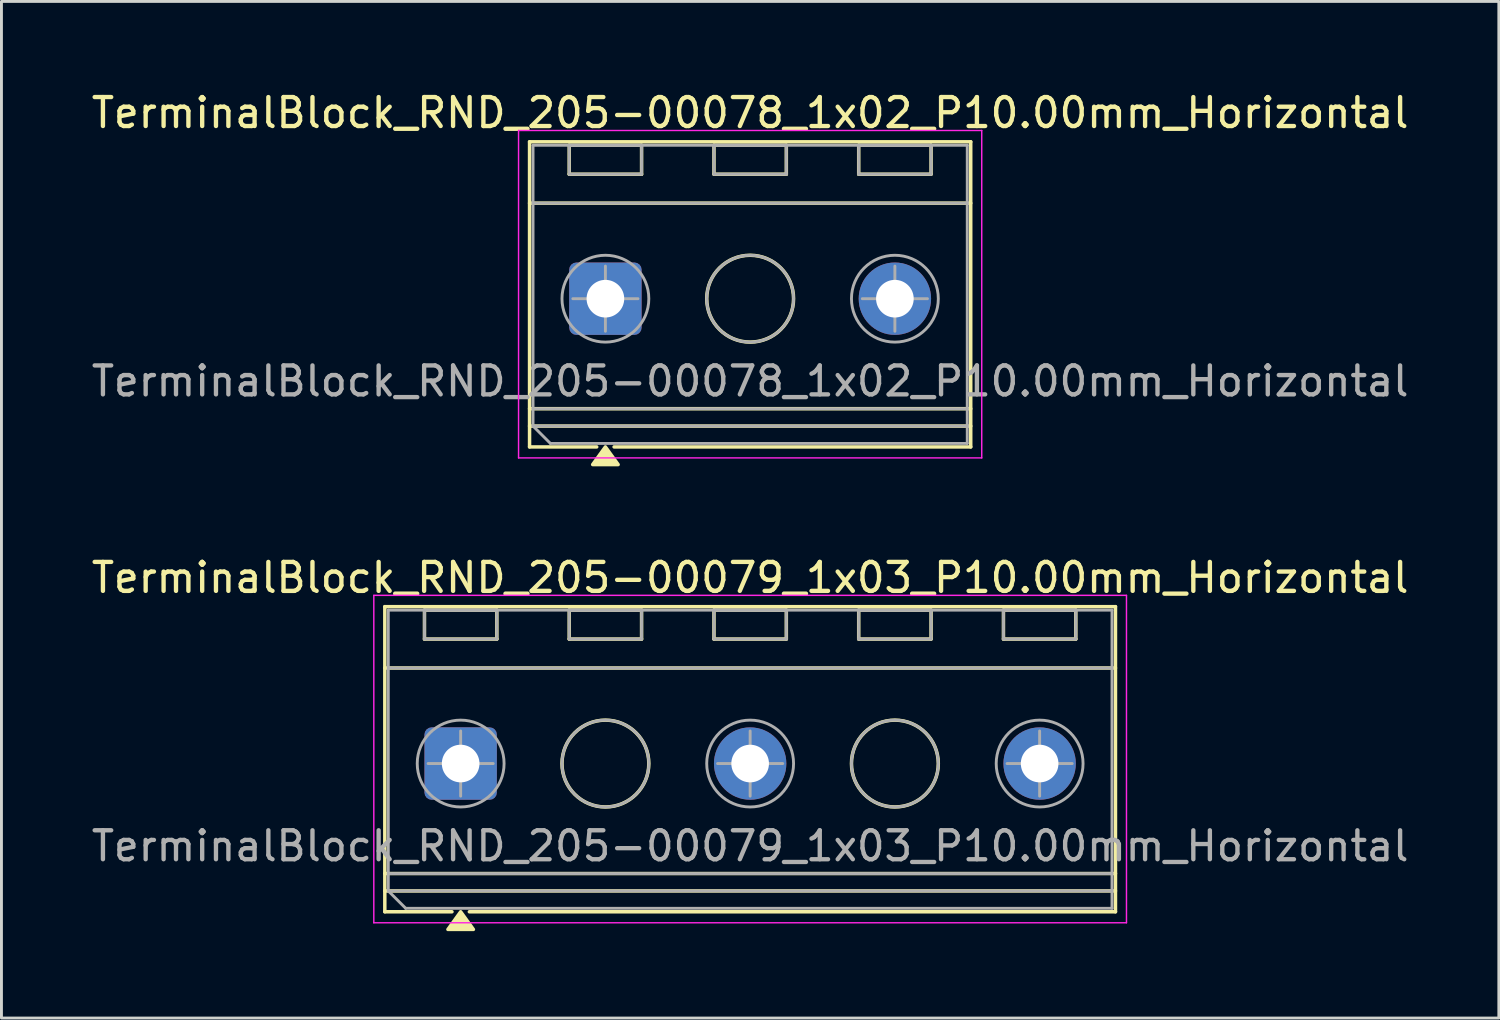
<source format=kicad_pcb>
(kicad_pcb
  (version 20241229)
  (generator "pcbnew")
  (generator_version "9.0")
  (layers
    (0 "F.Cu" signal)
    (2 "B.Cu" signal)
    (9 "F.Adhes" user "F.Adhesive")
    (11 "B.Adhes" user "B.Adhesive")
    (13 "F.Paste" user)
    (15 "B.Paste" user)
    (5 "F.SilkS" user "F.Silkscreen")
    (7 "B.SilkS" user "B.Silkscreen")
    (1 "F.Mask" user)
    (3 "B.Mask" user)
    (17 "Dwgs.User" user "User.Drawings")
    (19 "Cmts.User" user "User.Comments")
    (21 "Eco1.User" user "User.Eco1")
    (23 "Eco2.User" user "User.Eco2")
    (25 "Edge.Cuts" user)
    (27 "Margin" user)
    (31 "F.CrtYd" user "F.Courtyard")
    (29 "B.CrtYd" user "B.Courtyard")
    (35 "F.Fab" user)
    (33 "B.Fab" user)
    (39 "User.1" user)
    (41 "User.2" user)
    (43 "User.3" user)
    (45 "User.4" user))
  (footprint "TerminalBlock_RND_205-00079_1x03_P10.00mm_Horizontal"
    (layer "F.Cu")
    (at 12.863 23.326)
    (property "Reference" "TerminalBlock_RND_205-00079_1x03_P10.00mm_Horizontal" (at 10 -6.42 0) (layer "F.SilkS") (effects (font (size 1 1) (thickness 0.15))))
    (attr through_hole)
    (fp_line (start -2.62 -5.42) (end 22.62 -5.42) (stroke (width 0.12) (type solid)) (layer "F.SilkS"))
    (fp_line (start -2.62 -3.3) (end 22.62 -3.3) (stroke (width 0.12) (type solid)) (layer "F.SilkS"))
    (fp_line (start -2.62 3.8) (end 22.62 3.8) (stroke (width 0.12) (type solid)) (layer "F.SilkS"))
    (fp_line (start -2.62 4.4) (end 22.62 4.4) (stroke (width 0.12) (type solid)) (layer "F.SilkS"))
    (fp_line (start -2.62 5.12) (end -2.62 -5.42) (stroke (width 0.12) (type solid)) (layer "F.SilkS"))
    (fp_line (start -1.25 -5.3) (end 1.25 -5.3) (stroke (width 0.12) (type solid)) (layer "F.SilkS"))
    (fp_line (start -1.25 -4.3) (end -1.25 -5.3) (stroke (width 0.12) (type solid)) (layer "F.SilkS"))
    (fp_line (start -0.3 5.12) (end -2.62 5.12) (stroke (width 0.12) (type solid)) (layer "F.SilkS"))
    (fp_line (start 1.25 -5.3) (end 1.25 -4.3) (stroke (width 0.12) (type solid)) (layer "F.SilkS"))
    (fp_line (start 1.25 -4.3) (end -1.25 -4.3) (stroke (width 0.12) (type solid)) (layer "F.SilkS"))
    (fp_line (start 3.75 -5.3) (end 6.25 -5.3) (stroke (width 0.12) (type solid)) (layer "F.SilkS"))
    (fp_line (start 3.75 -4.3) (end 3.75 -5.3) (stroke (width 0.12) (type solid)) (layer "F.SilkS"))
    (fp_line (start 6.25 -5.3) (end 6.25 -4.3) (stroke (width 0.12) (type solid)) (layer "F.SilkS"))
    (fp_line (start 6.25 -4.3) (end 3.75 -4.3) (stroke (width 0.12) (type solid)) (layer "F.SilkS"))
    (fp_line (start 8.75 -5.3) (end 11.25 -5.3) (stroke (width 0.12) (type solid)) (layer "F.SilkS"))
    (fp_line (start 8.75 -4.3) (end 8.75 -5.3) (stroke (width 0.12) (type solid)) (layer "F.SilkS"))
    (fp_line (start 11.25 -5.3) (end 11.25 -4.3) (stroke (width 0.12) (type solid)) (layer "F.SilkS"))
    (fp_line (start 11.25 -4.3) (end 8.75 -4.3) (stroke (width 0.12) (type solid)) (layer "F.SilkS"))
    (fp_line (start 13.75 -5.3) (end 16.25 -5.3) (stroke (width 0.12) (type solid)) (layer "F.SilkS"))
    (fp_line (start 13.75 -4.3) (end 13.75 -5.3) (stroke (width 0.12) (type solid)) (layer "F.SilkS"))
    (fp_line (start 16.25 -5.3) (end 16.25 -4.3) (stroke (width 0.12) (type solid)) (layer "F.SilkS"))
    (fp_line (start 16.25 -4.3) (end 13.75 -4.3) (stroke (width 0.12) (type solid)) (layer "F.SilkS"))
    (fp_line (start 18.75 -5.3) (end 21.25 -5.3) (stroke (width 0.12) (type solid)) (layer "F.SilkS"))
    (fp_line (start 18.75 -4.3) (end 18.75 -5.3) (stroke (width 0.12) (type solid)) (layer "F.SilkS"))
    (fp_line (start 21.25 -5.3) (end 21.25 -4.3) (stroke (width 0.12) (type solid)) (layer "F.SilkS"))
    (fp_line (start 21.25 -4.3) (end 18.75 -4.3) (stroke (width 0.12) (type solid)) (layer "F.SilkS"))
    (fp_line (start 22.62 -5.42) (end 22.62 5.12) (stroke (width 0.12) (type solid)) (layer "F.SilkS"))
    (fp_line (start 22.62 5.12) (end 0.3 5.12) (stroke (width 0.12) (type solid)) (layer "F.SilkS"))
    (fp_circle (center 5 0) (end 6.5 0) (stroke (width 0.12) (type solid)) (fill no) (layer "F.SilkS"))
    (fp_circle (center 15 0) (end 16.5 0) (stroke (width 0.12) (type solid)) (fill no) (layer "F.SilkS"))
    (fp_poly (pts (xy 0 5.12) (xy 0.44 5.73) (xy -0.44 5.73)) (stroke (width 0.12) (type solid)) (fill yes) (layer "F.SilkS"))
    (fp_line (start -3 -5.81) (end -3 5.5) (stroke (width 0.05) (type solid)) (layer "F.CrtYd"))
    (fp_line (start -3 5.5) (end 23 5.5) (stroke (width 0.05) (type solid)) (layer "F.CrtYd"))
    (fp_line (start 23 -5.81) (end -3 -5.81) (stroke (width 0.05) (type solid)) (layer "F.CrtYd"))
    (fp_line (start 23 5.5) (end 23 -5.81) (stroke (width 0.05) (type solid)) (layer "F.CrtYd"))
    (fp_line (start -2.5 -5.3) (end 22.5 -5.3) (stroke (width 0.1) (type solid)) (layer "F.Fab"))
    (fp_line (start -2.5 -3.3) (end 22.5 -3.3) (stroke (width 0.1) (type solid)) (layer "F.Fab"))
    (fp_line (start -2.5 3.8) (end 22.5 3.8) (stroke (width 0.1) (type solid)) (layer "F.Fab"))
    (fp_line (start -2.5 4.4) (end -2.5 -5.3) (stroke (width 0.1) (type solid)) (layer "F.Fab"))
    (fp_line (start -2.5 4.4) (end 22.5 4.4) (stroke (width 0.1) (type solid)) (layer "F.Fab"))
    (fp_line (start -1.9 5) (end -2.5 4.4) (stroke (width 0.1) (type solid)) (layer "F.Fab"))
    (fp_line (start -1.25 -5.3) (end -1.25 -4.3) (stroke (width 0.1) (type solid)) (layer "F.Fab"))
    (fp_line (start -1.25 -4.3) (end 1.25 -4.3) (stroke (width 0.1) (type solid)) (layer "F.Fab"))
    (fp_line (start -1.125 0) (end 1.125 0) (stroke (width 0.1) (type solid)) (layer "F.Fab"))
    (fp_line (start 0 -1.125) (end 0 1.125) (stroke (width 0.1) (type solid)) (layer "F.Fab"))
    (fp_line (start 1.25 -5.3) (end -1.25 -5.3) (stroke (width 0.1) (type solid)) (layer "F.Fab"))
    (fp_line (start 1.25 -4.3) (end 1.25 -5.3) (stroke (width 0.1) (type solid)) (layer "F.Fab"))
    (fp_line (start 3.75 -5.3) (end 3.75 -4.3) (stroke (width 0.1) (type solid)) (layer "F.Fab"))
    (fp_line (start 3.75 -4.3) (end 6.25 -4.3) (stroke (width 0.1) (type solid)) (layer "F.Fab"))
    (fp_line (start 6.25 -5.3) (end 3.75 -5.3) (stroke (width 0.1) (type solid)) (layer "F.Fab"))
    (fp_line (start 6.25 -4.3) (end 6.25 -5.3) (stroke (width 0.1) (type solid)) (layer "F.Fab"))
    (fp_line (start 8.75 -5.3) (end 8.75 -4.3) (stroke (width 0.1) (type solid)) (layer "F.Fab"))
    (fp_line (start 8.75 -4.3) (end 11.25 -4.3) (stroke (width 0.1) (type solid)) (layer "F.Fab"))
    (fp_line (start 8.875 0) (end 11.125 0) (stroke (width 0.1) (type solid)) (layer "F.Fab"))
    (fp_line (start 10 -1.125) (end 10 1.125) (stroke (width 0.1) (type solid)) (layer "F.Fab"))
    (fp_line (start 11.25 -5.3) (end 8.75 -5.3) (stroke (width 0.1) (type solid)) (layer "F.Fab"))
    (fp_line (start 11.25 -4.3) (end 11.25 -5.3) (stroke (width 0.1) (type solid)) (layer "F.Fab"))
    (fp_line (start 13.75 -5.3) (end 13.75 -4.3) (stroke (width 0.1) (type solid)) (layer "F.Fab"))
    (fp_line (start 13.75 -4.3) (end 16.25 -4.3) (stroke (width 0.1) (type solid)) (layer "F.Fab"))
    (fp_line (start 16.25 -5.3) (end 13.75 -5.3) (stroke (width 0.1) (type solid)) (layer "F.Fab"))
    (fp_line (start 16.25 -4.3) (end 16.25 -5.3) (stroke (width 0.1) (type solid)) (layer "F.Fab"))
    (fp_line (start 18.75 -5.3) (end 18.75 -4.3) (stroke (width 0.1) (type solid)) (layer "F.Fab"))
    (fp_line (start 18.75 -4.3) (end 21.25 -4.3) (stroke (width 0.1) (type solid)) (layer "F.Fab"))
    (fp_line (start 18.875 0) (end 21.125 0) (stroke (width 0.1) (type solid)) (layer "F.Fab"))
    (fp_line (start 20 -1.125) (end 20 1.125) (stroke (width 0.1) (type solid)) (layer "F.Fab"))
    (fp_line (start 21.25 -5.3) (end 18.75 -5.3) (stroke (width 0.1) (type solid)) (layer "F.Fab"))
    (fp_line (start 21.25 -4.3) (end 21.25 -5.3) (stroke (width 0.1) (type solid)) (layer "F.Fab"))
    (fp_line (start 22.5 -5.3) (end 22.5 5) (stroke (width 0.1) (type solid)) (layer "F.Fab"))
    (fp_line (start 22.5 5) (end -1.9 5) (stroke (width 0.1) (type solid)) (layer "F.Fab"))
    (fp_circle (center 0 0) (end 1.5 0) (stroke (width 0.1) (type solid)) (fill no) (layer "F.Fab"))
    (fp_circle (center 5 0) (end 6.5 0) (stroke (width 0.1) (type solid)) (fill no) (layer "F.Fab"))
    (fp_circle (center 10 0) (end 11.5 0) (stroke (width 0.1) (type solid)) (fill no) (layer "F.Fab"))
    (fp_circle (center 15 0) (end 16.5 0) (stroke (width 0.1) (type solid)) (fill no) (layer "F.Fab"))
    (fp_circle (center 20 0) (end 21.5 0) (stroke (width 0.1) (type solid)) (fill no) (layer "F.Fab"))
    (fp_text user "${REFERENCE}" (at 10 2.85 0) (layer "F.Fab") (effects (font (size 1 1) (thickness 0.15))))
    (pad "1" thru_hole roundrect (at 0 0) (size 2.5 2.5) (drill 1.3) (layers "*.Cu" "*.Mask") (roundrect_rratio 0.1))
    (pad "2" thru_hole circle (at 10 0) (size 2.5 2.5) (drill 1.3) (layers "*.Cu" "*.Mask"))
    (pad "3" thru_hole circle (at 20 0) (size 2.5 2.5) (drill 1.3) (layers "*.Cu" "*.Mask")))
  (footprint "TerminalBlock_RND_205-00078_1x02_P10.00mm_Horizontal"
    (layer "F.Cu")
    (at 17.863 7.268)
    (property "Reference" "TerminalBlock_RND_205-00078_1x02_P10.00mm_Horizontal" (at 5 -6.42 0) (layer "F.SilkS") (effects (font (size 1 1) (thickness 0.15))))
    (attr through_hole)
    (fp_line (start -2.62 -5.42) (end 12.62 -5.42) (stroke (width 0.12) (type solid)) (layer "F.SilkS"))
    (fp_line (start -2.62 -3.3) (end 12.62 -3.3) (stroke (width 0.12) (type solid)) (layer "F.SilkS"))
    (fp_line (start -2.62 3.8) (end 12.62 3.8) (stroke (width 0.12) (type solid)) (layer "F.SilkS"))
    (fp_line (start -2.62 4.4) (end 12.62 4.4) (stroke (width 0.12) (type solid)) (layer "F.SilkS"))
    (fp_line (start -2.62 5.12) (end -2.62 -5.42) (stroke (width 0.12) (type solid)) (layer "F.SilkS"))
    (fp_line (start -1.25 -5.3) (end 1.25 -5.3) (stroke (width 0.12) (type solid)) (layer "F.SilkS"))
    (fp_line (start -1.25 -4.3) (end -1.25 -5.3) (stroke (width 0.12) (type solid)) (layer "F.SilkS"))
    (fp_line (start -0.3 5.12) (end -2.62 5.12) (stroke (width 0.12) (type solid)) (layer "F.SilkS"))
    (fp_line (start 1.25 -5.3) (end 1.25 -4.3) (stroke (width 0.12) (type solid)) (layer "F.SilkS"))
    (fp_line (start 1.25 -4.3) (end -1.25 -4.3) (stroke (width 0.12) (type solid)) (layer "F.SilkS"))
    (fp_line (start 3.75 -5.3) (end 6.25 -5.3) (stroke (width 0.12) (type solid)) (layer "F.SilkS"))
    (fp_line (start 3.75 -4.3) (end 3.75 -5.3) (stroke (width 0.12) (type solid)) (layer "F.SilkS"))
    (fp_line (start 6.25 -5.3) (end 6.25 -4.3) (stroke (width 0.12) (type solid)) (layer "F.SilkS"))
    (fp_line (start 6.25 -4.3) (end 3.75 -4.3) (stroke (width 0.12) (type solid)) (layer "F.SilkS"))
    (fp_line (start 8.75 -5.3) (end 11.25 -5.3) (stroke (width 0.12) (type solid)) (layer "F.SilkS"))
    (fp_line (start 8.75 -4.3) (end 8.75 -5.3) (stroke (width 0.12) (type solid)) (layer "F.SilkS"))
    (fp_line (start 11.25 -5.3) (end 11.25 -4.3) (stroke (width 0.12) (type solid)) (layer "F.SilkS"))
    (fp_line (start 11.25 -4.3) (end 8.75 -4.3) (stroke (width 0.12) (type solid)) (layer "F.SilkS"))
    (fp_line (start 12.62 -5.42) (end 12.62 5.12) (stroke (width 0.12) (type solid)) (layer "F.SilkS"))
    (fp_line (start 12.62 5.12) (end 0.3 5.12) (stroke (width 0.12) (type solid)) (layer "F.SilkS"))
    (fp_circle (center 5 0) (end 6.5 0) (stroke (width 0.12) (type solid)) (fill no) (layer "F.SilkS"))
    (fp_poly (pts (xy 0 5.12) (xy 0.44 5.73) (xy -0.44 5.73)) (stroke (width 0.12) (type solid)) (fill yes) (layer "F.SilkS"))
    (fp_line (start -3 -5.81) (end -3 5.5) (stroke (width 0.05) (type solid)) (layer "F.CrtYd"))
    (fp_line (start -3 5.5) (end 13 5.5) (stroke (width 0.05) (type solid)) (layer "F.CrtYd"))
    (fp_line (start 13 -5.81) (end -3 -5.81) (stroke (width 0.05) (type solid)) (layer "F.CrtYd"))
    (fp_line (start 13 5.5) (end 13 -5.81) (stroke (width 0.05) (type solid)) (layer "F.CrtYd"))
    (fp_line (start -2.5 -5.3) (end 12.5 -5.3) (stroke (width 0.1) (type solid)) (layer "F.Fab"))
    (fp_line (start -2.5 -3.3) (end 12.5 -3.3) (stroke (width 0.1) (type solid)) (layer "F.Fab"))
    (fp_line (start -2.5 3.8) (end 12.5 3.8) (stroke (width 0.1) (type solid)) (layer "F.Fab"))
    (fp_line (start -2.5 4.4) (end -2.5 -5.3) (stroke (width 0.1) (type solid)) (layer "F.Fab"))
    (fp_line (start -2.5 4.4) (end 12.5 4.4) (stroke (width 0.1) (type solid)) (layer "F.Fab"))
    (fp_line (start -1.9 5) (end -2.5 4.4) (stroke (width 0.1) (type solid)) (layer "F.Fab"))
    (fp_line (start -1.25 -5.3) (end -1.25 -4.3) (stroke (width 0.1) (type solid)) (layer "F.Fab"))
    (fp_line (start -1.25 -4.3) (end 1.25 -4.3) (stroke (width 0.1) (type solid)) (layer "F.Fab"))
    (fp_line (start -1.125 0) (end 1.125 0) (stroke (width 0.1) (type solid)) (layer "F.Fab"))
    (fp_line (start 0 -1.125) (end 0 1.125) (stroke (width 0.1) (type solid)) (layer "F.Fab"))
    (fp_line (start 1.25 -5.3) (end -1.25 -5.3) (stroke (width 0.1) (type solid)) (layer "F.Fab"))
    (fp_line (start 1.25 -4.3) (end 1.25 -5.3) (stroke (width 0.1) (type solid)) (layer "F.Fab"))
    (fp_line (start 3.75 -5.3) (end 3.75 -4.3) (stroke (width 0.1) (type solid)) (layer "F.Fab"))
    (fp_line (start 3.75 -4.3) (end 6.25 -4.3) (stroke (width 0.1) (type solid)) (layer "F.Fab"))
    (fp_line (start 6.25 -5.3) (end 3.75 -5.3) (stroke (width 0.1) (type solid)) (layer "F.Fab"))
    (fp_line (start 6.25 -4.3) (end 6.25 -5.3) (stroke (width 0.1) (type solid)) (layer "F.Fab"))
    (fp_line (start 8.75 -5.3) (end 8.75 -4.3) (stroke (width 0.1) (type solid)) (layer "F.Fab"))
    (fp_line (start 8.75 -4.3) (end 11.25 -4.3) (stroke (width 0.1) (type solid)) (layer "F.Fab"))
    (fp_line (start 8.875 0) (end 11.125 0) (stroke (width 0.1) (type solid)) (layer "F.Fab"))
    (fp_line (start 10 -1.125) (end 10 1.125) (stroke (width 0.1) (type solid)) (layer "F.Fab"))
    (fp_line (start 11.25 -5.3) (end 8.75 -5.3) (stroke (width 0.1) (type solid)) (layer "F.Fab"))
    (fp_line (start 11.25 -4.3) (end 11.25 -5.3) (stroke (width 0.1) (type solid)) (layer "F.Fab"))
    (fp_line (start 12.5 -5.3) (end 12.5 5) (stroke (width 0.1) (type solid)) (layer "F.Fab"))
    (fp_line (start 12.5 5) (end -1.9 5) (stroke (width 0.1) (type solid)) (layer "F.Fab"))
    (fp_circle (center 0 0) (end 1.5 0) (stroke (width 0.1) (type solid)) (fill no) (layer "F.Fab"))
    (fp_circle (center 5 0) (end 6.5 0) (stroke (width 0.1) (type solid)) (fill no) (layer "F.Fab"))
    (fp_circle (center 10 0) (end 11.5 0) (stroke (width 0.1) (type solid)) (fill no) (layer "F.Fab"))
    (fp_text user "${REFERENCE}" (at 5 2.85 0) (layer "F.Fab") (effects (font (size 1 1) (thickness 0.15))))
    (pad "1" thru_hole roundrect (at 0 0) (size 2.5 2.5) (drill 1.3) (layers "*.Cu" "*.Mask") (roundrect_rratio 0.1))
    (pad "2" thru_hole circle (at 10 0) (size 2.5 2.5) (drill 1.3) (layers "*.Cu" "*.Mask")))
  (gr_rect
    (start -3 -3)
    (end 48.726 32.117)
    (stroke (width 0.1) (type default))
    (fill no)
    (layer "Edge.Cuts")))
</source>
